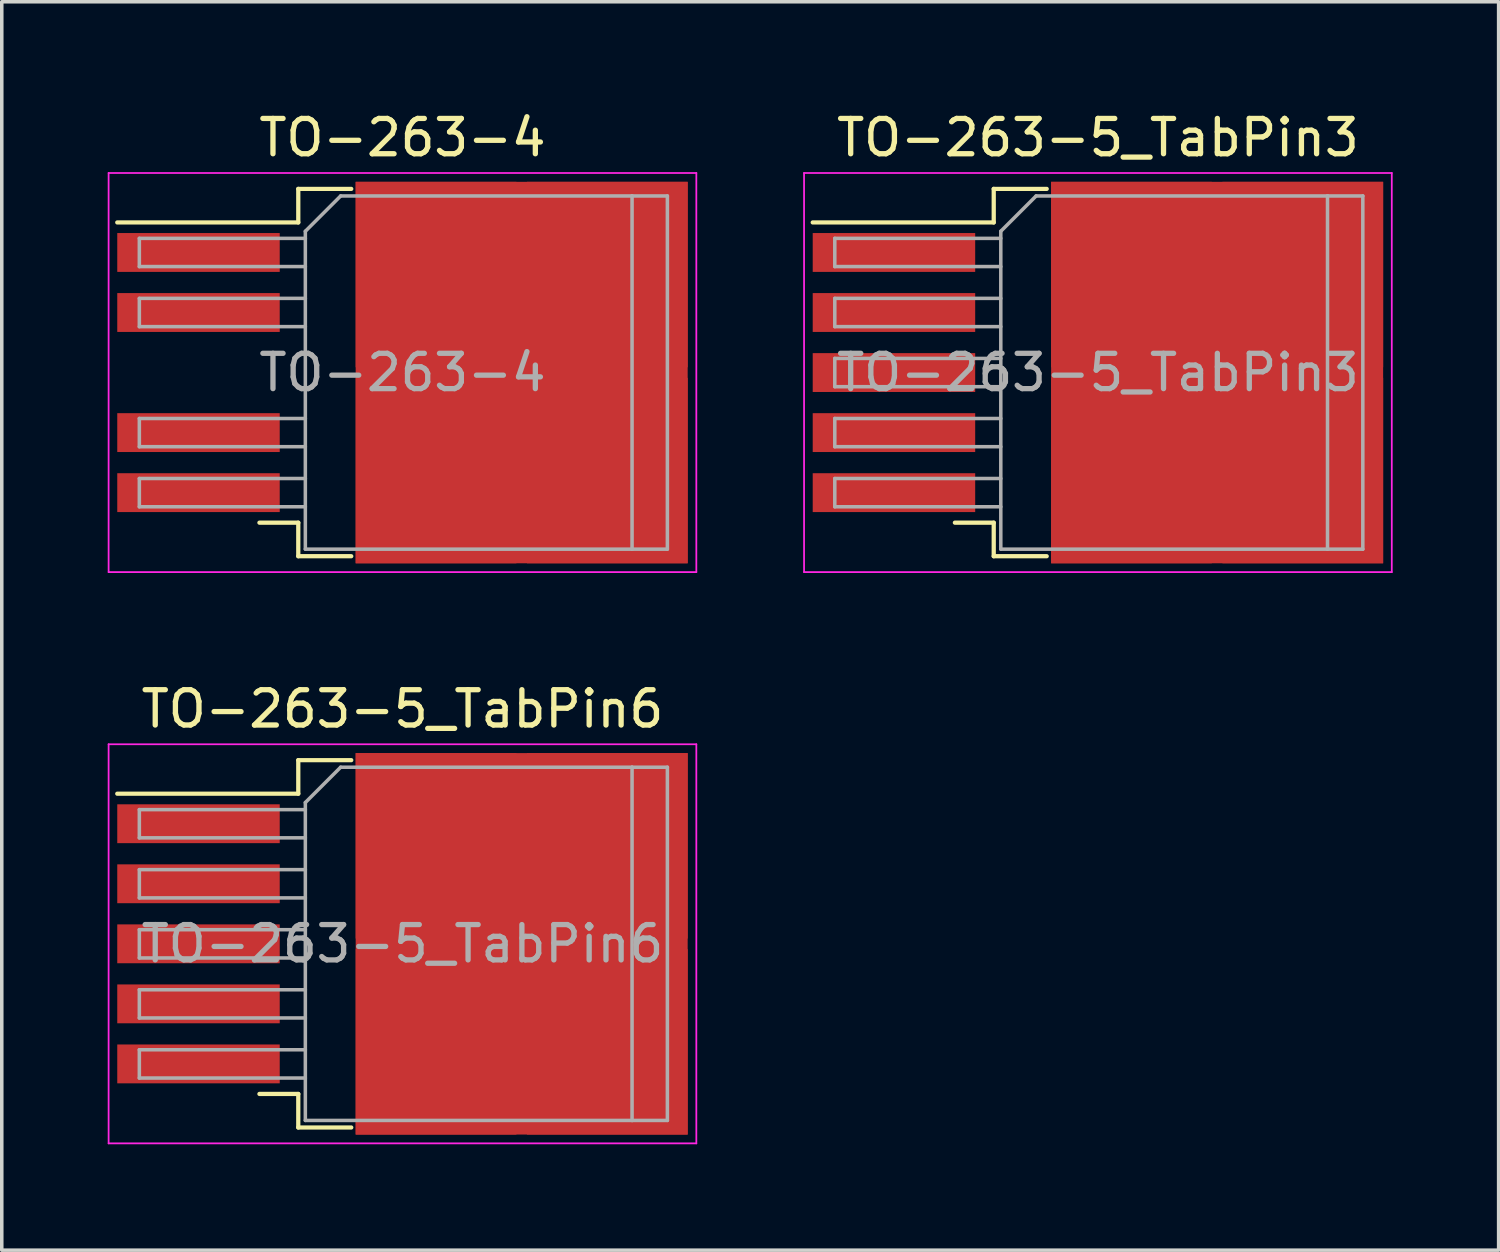
<source format=kicad_pcb>
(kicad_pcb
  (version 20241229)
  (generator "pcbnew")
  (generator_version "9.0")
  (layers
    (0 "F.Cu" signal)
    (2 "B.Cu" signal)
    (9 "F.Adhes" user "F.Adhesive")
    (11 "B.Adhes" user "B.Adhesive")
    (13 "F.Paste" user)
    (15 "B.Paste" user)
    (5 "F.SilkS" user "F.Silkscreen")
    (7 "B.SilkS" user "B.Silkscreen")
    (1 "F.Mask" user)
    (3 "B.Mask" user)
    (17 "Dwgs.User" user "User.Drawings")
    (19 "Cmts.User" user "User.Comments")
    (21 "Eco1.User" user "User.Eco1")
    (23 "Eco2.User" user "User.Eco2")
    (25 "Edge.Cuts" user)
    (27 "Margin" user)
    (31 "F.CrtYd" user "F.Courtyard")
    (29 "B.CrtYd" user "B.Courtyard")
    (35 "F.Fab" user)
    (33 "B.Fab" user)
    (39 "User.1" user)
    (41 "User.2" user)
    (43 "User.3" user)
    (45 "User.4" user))
  (footprint "TO-263-5_TabPin3"
    (layer "F.Cu")
    (at 28.035 7.498)
    (property "Reference" "TO-263-5_TabPin3" (at 0 -6.65 0) (layer "F.SilkS") (effects (font (size 1 1) (thickness 0.15))))
    (attr smd)
    (fp_line (start -2.95 -5.2) (end -2.95 -4.25) (stroke (width 0.12) (type solid)) (layer "F.SilkS"))
    (fp_line (start -2.95 -4.25) (end -8.075 -4.25) (stroke (width 0.12) (type solid)) (layer "F.SilkS"))
    (fp_line (start -2.95 4.25) (end -4.05 4.25) (stroke (width 0.12) (type solid)) (layer "F.SilkS"))
    (fp_line (start -2.95 5.2) (end -2.95 4.25) (stroke (width 0.12) (type solid)) (layer "F.SilkS"))
    (fp_line (start -1.45 -5.2) (end -2.95 -5.2) (stroke (width 0.12) (type solid)) (layer "F.SilkS"))
    (fp_line (start -1.45 5.2) (end -2.95 5.2) (stroke (width 0.12) (type solid)) (layer "F.SilkS"))
    (fp_line (start -8.32 -5.65) (end -8.32 5.65) (stroke (width 0.05) (type solid)) (layer "F.CrtYd"))
    (fp_line (start -8.32 5.65) (end 8.32 5.65) (stroke (width 0.05) (type solid)) (layer "F.CrtYd"))
    (fp_line (start 8.32 -5.65) (end -8.32 -5.65) (stroke (width 0.05) (type solid)) (layer "F.CrtYd"))
    (fp_line (start 8.32 5.65) (end 8.32 -5.65) (stroke (width 0.05) (type solid)) (layer "F.CrtYd"))
    (fp_line (start -7.45 -3.8) (end -7.45 -3) (stroke (width 0.1) (type solid)) (layer "F.Fab"))
    (fp_line (start -7.45 -3) (end -2.75 -3) (stroke (width 0.1) (type solid)) (layer "F.Fab"))
    (fp_line (start -7.45 -2.1) (end -7.45 -1.3) (stroke (width 0.1) (type solid)) (layer "F.Fab"))
    (fp_line (start -7.45 -1.3) (end -2.75 -1.3) (stroke (width 0.1) (type solid)) (layer "F.Fab"))
    (fp_line (start -7.45 -0.4) (end -7.45 0.4) (stroke (width 0.1) (type solid)) (layer "F.Fab"))
    (fp_line (start -7.45 0.4) (end -2.75 0.4) (stroke (width 0.1) (type solid)) (layer "F.Fab"))
    (fp_line (start -7.45 1.3) (end -7.45 2.1) (stroke (width 0.1) (type solid)) (layer "F.Fab"))
    (fp_line (start -7.45 2.1) (end -2.75 2.1) (stroke (width 0.1) (type solid)) (layer "F.Fab"))
    (fp_line (start -7.45 3) (end -7.45 3.8) (stroke (width 0.1) (type solid)) (layer "F.Fab"))
    (fp_line (start -7.45 3.8) (end -2.75 3.8) (stroke (width 0.1) (type solid)) (layer "F.Fab"))
    (fp_line (start -2.75 -4) (end -1.75 -5) (stroke (width 0.1) (type solid)) (layer "F.Fab"))
    (fp_line (start -2.75 -3.8) (end -7.45 -3.8) (stroke (width 0.1) (type solid)) (layer "F.Fab"))
    (fp_line (start -2.75 -2.1) (end -7.45 -2.1) (stroke (width 0.1) (type solid)) (layer "F.Fab"))
    (fp_line (start -2.75 -0.4) (end -7.45 -0.4) (stroke (width 0.1) (type solid)) (layer "F.Fab"))
    (fp_line (start -2.75 1.3) (end -7.45 1.3) (stroke (width 0.1) (type solid)) (layer "F.Fab"))
    (fp_line (start -2.75 3) (end -7.45 3) (stroke (width 0.1) (type solid)) (layer "F.Fab"))
    (fp_line (start -2.75 5) (end -2.75 -4) (stroke (width 0.1) (type solid)) (layer "F.Fab"))
    (fp_line (start -1.75 -5) (end 6.5 -5) (stroke (width 0.1) (type solid)) (layer "F.Fab"))
    (fp_line (start 6.5 -5) (end 6.5 5) (stroke (width 0.1) (type solid)) (layer "F.Fab"))
    (fp_line (start 6.5 -5) (end 7.5 -5) (stroke (width 0.1) (type solid)) (layer "F.Fab"))
    (fp_line (start 6.5 5) (end -2.75 5) (stroke (width 0.1) (type solid)) (layer "F.Fab"))
    (fp_line (start 7.5 -5) (end 7.5 5) (stroke (width 0.1) (type solid)) (layer "F.Fab"))
    (fp_line (start 7.5 5) (end 6.5 5) (stroke (width 0.1) (type solid)) (layer "F.Fab"))
    (fp_text user "${REFERENCE}" (at 0 0 0) (layer "F.Fab") (effects (font (size 1 1) (thickness 0.15))))
    (pad "1" smd rect (at -5.775 -3.4) (size 4.6 1.1) (layers "F.Cu" "F.Mask" "F.Paste"))
    (pad "2" smd rect (at -5.775 -1.7) (size 4.6 1.1) (layers "F.Cu" "F.Mask" "F.Paste"))
    (pad "3" smd rect (at -5.775 0) (size 4.6 1.1) (layers "F.Cu" "F.Mask" "F.Paste"))
    (pad "3" smd rect (at 0.95 -2.775) (size 4.55 5.25) (layers "F.Cu" "F.Paste"))
    (pad "3" smd rect (at 0.95 2.775) (size 4.55 5.25) (layers "F.Cu" "F.Paste"))
    (pad "3" smd rect (at 3.375 0) (size 9.4 10.8) (layers "F.Cu" "F.Mask"))
    (pad "3" smd rect (at 5.8 -2.775) (size 4.55 5.25) (layers "F.Cu" "F.Paste"))
    (pad "3" smd rect (at 5.8 2.775) (size 4.55 5.25) (layers "F.Cu" "F.Paste"))
    (pad "4" smd rect (at -5.775 1.7) (size 4.6 1.1) (layers "F.Cu" "F.Mask" "F.Paste"))
    (pad "5" smd rect (at -5.775 3.4) (size 4.6 1.1) (layers "F.Cu" "F.Mask" "F.Paste")))
  (footprint "TO-263-5_TabPin6"
    (layer "F.Cu")
    (at 8.345 23.672)
    (property "Reference" "TO-263-5_TabPin6" (at 0 -6.65 0) (layer "F.SilkS") (effects (font (size 1 1) (thickness 0.15))))
    (attr smd)
    (fp_line (start -2.95 -5.2) (end -2.95 -4.25) (stroke (width 0.12) (type solid)) (layer "F.SilkS"))
    (fp_line (start -2.95 -4.25) (end -8.075 -4.25) (stroke (width 0.12) (type solid)) (layer "F.SilkS"))
    (fp_line (start -2.95 4.25) (end -4.05 4.25) (stroke (width 0.12) (type solid)) (layer "F.SilkS"))
    (fp_line (start -2.95 5.2) (end -2.95 4.25) (stroke (width 0.12) (type solid)) (layer "F.SilkS"))
    (fp_line (start -1.45 -5.2) (end -2.95 -5.2) (stroke (width 0.12) (type solid)) (layer "F.SilkS"))
    (fp_line (start -1.45 5.2) (end -2.95 5.2) (stroke (width 0.12) (type solid)) (layer "F.SilkS"))
    (fp_line (start -8.32 -5.65) (end -8.32 5.65) (stroke (width 0.05) (type solid)) (layer "F.CrtYd"))
    (fp_line (start -8.32 5.65) (end 8.32 5.65) (stroke (width 0.05) (type solid)) (layer "F.CrtYd"))
    (fp_line (start 8.32 -5.65) (end -8.32 -5.65) (stroke (width 0.05) (type solid)) (layer "F.CrtYd"))
    (fp_line (start 8.32 5.65) (end 8.32 -5.65) (stroke (width 0.05) (type solid)) (layer "F.CrtYd"))
    (fp_line (start -7.45 -3.8) (end -7.45 -3) (stroke (width 0.1) (type solid)) (layer "F.Fab"))
    (fp_line (start -7.45 -3) (end -2.75 -3) (stroke (width 0.1) (type solid)) (layer "F.Fab"))
    (fp_line (start -7.45 -2.1) (end -7.45 -1.3) (stroke (width 0.1) (type solid)) (layer "F.Fab"))
    (fp_line (start -7.45 -1.3) (end -2.75 -1.3) (stroke (width 0.1) (type solid)) (layer "F.Fab"))
    (fp_line (start -7.45 -0.4) (end -7.45 0.4) (stroke (width 0.1) (type solid)) (layer "F.Fab"))
    (fp_line (start -7.45 0.4) (end -2.75 0.4) (stroke (width 0.1) (type solid)) (layer "F.Fab"))
    (fp_line (start -7.45 1.3) (end -7.45 2.1) (stroke (width 0.1) (type solid)) (layer "F.Fab"))
    (fp_line (start -7.45 2.1) (end -2.75 2.1) (stroke (width 0.1) (type solid)) (layer "F.Fab"))
    (fp_line (start -7.45 3) (end -7.45 3.8) (stroke (width 0.1) (type solid)) (layer "F.Fab"))
    (fp_line (start -7.45 3.8) (end -2.75 3.8) (stroke (width 0.1) (type solid)) (layer "F.Fab"))
    (fp_line (start -2.75 -4) (end -1.75 -5) (stroke (width 0.1) (type solid)) (layer "F.Fab"))
    (fp_line (start -2.75 -3.8) (end -7.45 -3.8) (stroke (width 0.1) (type solid)) (layer "F.Fab"))
    (fp_line (start -2.75 -2.1) (end -7.45 -2.1) (stroke (width 0.1) (type solid)) (layer "F.Fab"))
    (fp_line (start -2.75 -0.4) (end -7.45 -0.4) (stroke (width 0.1) (type solid)) (layer "F.Fab"))
    (fp_line (start -2.75 1.3) (end -7.45 1.3) (stroke (width 0.1) (type solid)) (layer "F.Fab"))
    (fp_line (start -2.75 3) (end -7.45 3) (stroke (width 0.1) (type solid)) (layer "F.Fab"))
    (fp_line (start -2.75 5) (end -2.75 -4) (stroke (width 0.1) (type solid)) (layer "F.Fab"))
    (fp_line (start -1.75 -5) (end 6.5 -5) (stroke (width 0.1) (type solid)) (layer "F.Fab"))
    (fp_line (start 6.5 -5) (end 6.5 5) (stroke (width 0.1) (type solid)) (layer "F.Fab"))
    (fp_line (start 6.5 -5) (end 7.5 -5) (stroke (width 0.1) (type solid)) (layer "F.Fab"))
    (fp_line (start 6.5 5) (end -2.75 5) (stroke (width 0.1) (type solid)) (layer "F.Fab"))
    (fp_line (start 7.5 -5) (end 7.5 5) (stroke (width 0.1) (type solid)) (layer "F.Fab"))
    (fp_line (start 7.5 5) (end 6.5 5) (stroke (width 0.1) (type solid)) (layer "F.Fab"))
    (fp_text user "${REFERENCE}" (at 0 0 0) (layer "F.Fab") (effects (font (size 1 1) (thickness 0.15))))
    (pad "1" smd rect (at -5.775 -3.4) (size 4.6 1.1) (layers "F.Cu" "F.Mask" "F.Paste"))
    (pad "2" smd rect (at -5.775 -1.7) (size 4.6 1.1) (layers "F.Cu" "F.Mask" "F.Paste"))
    (pad "3" smd rect (at -5.775 0) (size 4.6 1.1) (layers "F.Cu" "F.Mask" "F.Paste"))
    (pad "4" smd rect (at -5.775 1.7) (size 4.6 1.1) (layers "F.Cu" "F.Mask" "F.Paste"))
    (pad "5" smd rect (at -5.775 3.4) (size 4.6 1.1) (layers "F.Cu" "F.Mask" "F.Paste"))
    (pad "6" smd rect (at 0.95 -2.775) (size 4.55 5.25) (layers "F.Cu" "F.Paste"))
    (pad "6" smd rect (at 0.95 2.775) (size 4.55 5.25) (layers "F.Cu" "F.Paste"))
    (pad "6" smd rect (at 3.375 0) (size 9.4 10.8) (layers "F.Cu" "F.Mask"))
    (pad "6" smd rect (at 5.8 -2.775) (size 4.55 5.25) (layers "F.Cu" "F.Paste"))
    (pad "6" smd rect (at 5.8 2.775) (size 4.55 5.25) (layers "F.Cu" "F.Paste")))
  (footprint "TO-263-4"
    (layer "F.Cu")
    (at 8.345 7.498)
    (property "Reference" "TO-263-4" (at 0 -6.65 0) (layer "F.SilkS") (effects (font (size 1 1) (thickness 0.15))))
    (attr smd)
    (fp_line (start -2.95 -5.2) (end -2.95 -4.25) (stroke (width 0.12) (type solid)) (layer "F.SilkS"))
    (fp_line (start -2.95 -4.25) (end -8.075 -4.25) (stroke (width 0.12) (type solid)) (layer "F.SilkS"))
    (fp_line (start -2.95 4.25) (end -4.05 4.25) (stroke (width 0.12) (type solid)) (layer "F.SilkS"))
    (fp_line (start -2.95 5.2) (end -2.95 4.25) (stroke (width 0.12) (type solid)) (layer "F.SilkS"))
    (fp_line (start -1.45 -5.2) (end -2.95 -5.2) (stroke (width 0.12) (type solid)) (layer "F.SilkS"))
    (fp_line (start -1.45 5.2) (end -2.95 5.2) (stroke (width 0.12) (type solid)) (layer "F.SilkS"))
    (fp_line (start -8.32 -5.65) (end -8.32 5.65) (stroke (width 0.05) (type solid)) (layer "F.CrtYd"))
    (fp_line (start -8.32 5.65) (end 8.32 5.65) (stroke (width 0.05) (type solid)) (layer "F.CrtYd"))
    (fp_line (start 8.32 -5.65) (end -8.32 -5.65) (stroke (width 0.05) (type solid)) (layer "F.CrtYd"))
    (fp_line (start 8.32 5.65) (end 8.32 -5.65) (stroke (width 0.05) (type solid)) (layer "F.CrtYd"))
    (fp_line (start -7.45 -3.8) (end -7.45 -3) (stroke (width 0.1) (type solid)) (layer "F.Fab"))
    (fp_line (start -7.45 -3) (end -2.75 -3) (stroke (width 0.1) (type solid)) (layer "F.Fab"))
    (fp_line (start -7.45 -2.1) (end -7.45 -1.3) (stroke (width 0.1) (type solid)) (layer "F.Fab"))
    (fp_line (start -7.45 -1.3) (end -2.75 -1.3) (stroke (width 0.1) (type solid)) (layer "F.Fab"))
    (fp_line (start -7.45 1.3) (end -7.45 2.1) (stroke (width 0.1) (type solid)) (layer "F.Fab"))
    (fp_line (start -7.45 2.1) (end -2.75 2.1) (stroke (width 0.1) (type solid)) (layer "F.Fab"))
    (fp_line (start -7.45 3) (end -7.45 3.8) (stroke (width 0.1) (type solid)) (layer "F.Fab"))
    (fp_line (start -7.45 3.8) (end -2.75 3.8) (stroke (width 0.1) (type solid)) (layer "F.Fab"))
    (fp_line (start -2.75 -4) (end -1.75 -5) (stroke (width 0.1) (type solid)) (layer "F.Fab"))
    (fp_line (start -2.75 -3.8) (end -7.45 -3.8) (stroke (width 0.1) (type solid)) (layer "F.Fab"))
    (fp_line (start -2.75 -2.1) (end -7.45 -2.1) (stroke (width 0.1) (type solid)) (layer "F.Fab"))
    (fp_line (start -2.75 1.3) (end -7.45 1.3) (stroke (width 0.1) (type solid)) (layer "F.Fab"))
    (fp_line (start -2.75 3) (end -7.45 3) (stroke (width 0.1) (type solid)) (layer "F.Fab"))
    (fp_line (start -2.75 5) (end -2.75 -4) (stroke (width 0.1) (type solid)) (layer "F.Fab"))
    (fp_line (start -1.75 -5) (end 6.5 -5) (stroke (width 0.1) (type solid)) (layer "F.Fab"))
    (fp_line (start 6.5 -5) (end 6.5 5) (stroke (width 0.1) (type solid)) (layer "F.Fab"))
    (fp_line (start 6.5 -5) (end 7.5 -5) (stroke (width 0.1) (type solid)) (layer "F.Fab"))
    (fp_line (start 6.5 5) (end -2.75 5) (stroke (width 0.1) (type solid)) (layer "F.Fab"))
    (fp_line (start 7.5 -5) (end 7.5 5) (stroke (width 0.1) (type solid)) (layer "F.Fab"))
    (fp_line (start 7.5 5) (end 6.5 5) (stroke (width 0.1) (type solid)) (layer "F.Fab"))
    (fp_text user "${REFERENCE}" (at 0 0 0) (layer "F.Fab") (effects (font (size 1 1) (thickness 0.15))))
    (pad "1" smd rect (at -5.775 -3.4) (size 4.6 1.1) (layers "F.Cu" "F.Mask" "F.Paste"))
    (pad "2" smd rect (at -5.775 -1.7) (size 4.6 1.1) (layers "F.Cu" "F.Mask" "F.Paste"))
    (pad "3" smd rect (at 0.95 -2.775) (size 4.55 5.25) (layers "F.Cu" "F.Paste"))
    (pad "3" smd rect (at 0.95 2.775) (size 4.55 5.25) (layers "F.Cu" "F.Paste"))
    (pad "3" smd rect (at 3.375 0) (size 9.4 10.8) (layers "F.Cu" "F.Mask"))
    (pad "3" smd rect (at 5.8 -2.775) (size 4.55 5.25) (layers "F.Cu" "F.Paste"))
    (pad "3" smd rect (at 5.8 2.775) (size 4.55 5.25) (layers "F.Cu" "F.Paste"))
    (pad "4" smd rect (at -5.775 1.7) (size 4.6 1.1) (layers "F.Cu" "F.Mask" "F.Paste"))
    (pad "5" smd rect (at -5.775 3.4) (size 4.6 1.1) (layers "F.Cu" "F.Mask" "F.Paste")))
  (gr_rect
    (start -3 -3)
    (end 39.38 32.346)
    (stroke (width 0.1) (type default))
    (fill no)
    (layer "Edge.Cuts")))
</source>
